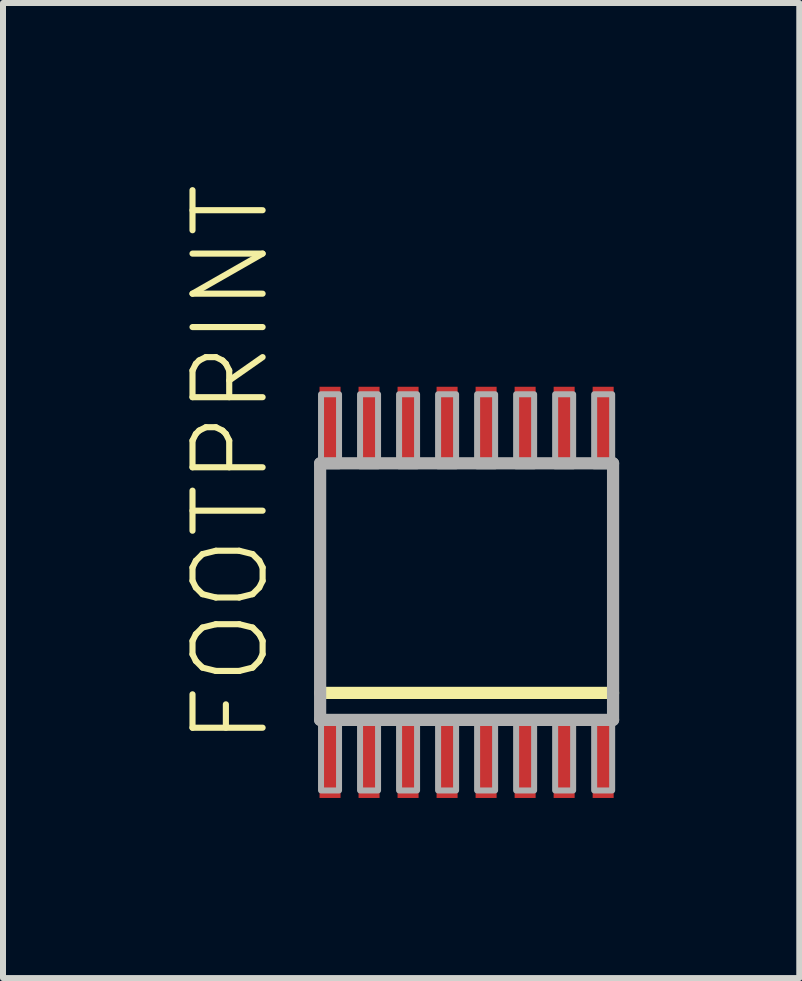
<source format=kicad_pcb>
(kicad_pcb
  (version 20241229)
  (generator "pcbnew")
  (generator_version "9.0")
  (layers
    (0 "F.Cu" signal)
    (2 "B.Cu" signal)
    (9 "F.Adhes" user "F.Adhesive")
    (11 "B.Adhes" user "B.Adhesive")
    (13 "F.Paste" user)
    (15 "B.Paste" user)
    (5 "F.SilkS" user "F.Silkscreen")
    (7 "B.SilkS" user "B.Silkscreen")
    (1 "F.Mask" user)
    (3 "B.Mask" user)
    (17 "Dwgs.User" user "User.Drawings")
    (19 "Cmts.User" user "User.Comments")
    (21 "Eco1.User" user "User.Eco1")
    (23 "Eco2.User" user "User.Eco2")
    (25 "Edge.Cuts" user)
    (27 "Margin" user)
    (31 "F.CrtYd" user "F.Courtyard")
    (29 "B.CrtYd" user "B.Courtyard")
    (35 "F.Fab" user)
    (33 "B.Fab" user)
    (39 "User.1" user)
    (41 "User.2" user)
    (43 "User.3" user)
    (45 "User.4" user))
  (footprint "FOOTPRINT"
    (layer "F.Cu")
    (at 4.723 6.818)
    (property "Reference" "FOOTPRINT" (at -3.25 2.6 90) (layer "F.SilkS") (effects (font (size 1.168 1.168) (thickness 0.102)) (justify left bottom)))
    (fp_line (start 2.44 1.675) (end -2.44 1.675) (stroke (width 0.203) (type solid)) (layer "F.SilkS"))
    (fp_line (start -2.44 -2.15) (end 2.44 -2.15) (stroke (width 0.203) (type solid)) (layer "F.Fab"))
    (fp_line (start -2.44 2.125) (end -2.44 -2.15) (stroke (width 0.203) (type solid)) (layer "F.Fab"))
    (fp_line (start 2.44 -2.15) (end 2.44 2.125) (stroke (width 0.203) (type solid)) (layer "F.Fab"))
    (fp_line (start 2.44 2.125) (end -2.44 2.125) (stroke (width 0.203) (type solid)) (layer "F.Fab"))
    (fp_poly (pts (xy -2.425 3.3) (xy -2.125 3.3) (xy -2.125 2.1) (xy -2.425 2.1)) (stroke (width 0.1) (type solid)) (fill no) (layer "F.Fab"))
    (fp_poly (pts (xy -2.125 -3.3) (xy -2.425 -3.3) (xy -2.425 -2.1) (xy -2.125 -2.1)) (stroke (width 0.1) (type solid)) (fill no) (layer "F.Fab"))
    (fp_poly (pts (xy -1.775 3.3) (xy -1.475 3.3) (xy -1.475 2.1) (xy -1.775 2.1)) (stroke (width 0.1) (type solid)) (fill no) (layer "F.Fab"))
    (fp_poly (pts (xy -1.475 -3.3) (xy -1.775 -3.3) (xy -1.775 -2.1) (xy -1.475 -2.1)) (stroke (width 0.1) (type solid)) (fill no) (layer "F.Fab"))
    (fp_poly (pts (xy -1.125 3.3) (xy -0.825 3.3) (xy -0.825 2.1) (xy -1.125 2.1)) (stroke (width 0.1) (type solid)) (fill no) (layer "F.Fab"))
    (fp_poly (pts (xy -0.825 -3.3) (xy -1.125 -3.3) (xy -1.125 -2.1) (xy -0.825 -2.1)) (stroke (width 0.1) (type solid)) (fill no) (layer "F.Fab"))
    (fp_poly (pts (xy -0.475 3.3) (xy -0.175 3.3) (xy -0.175 2.1) (xy -0.475 2.1)) (stroke (width 0.1) (type solid)) (fill no) (layer "F.Fab"))
    (fp_poly (pts (xy -0.175 -3.3) (xy -0.475 -3.3) (xy -0.475 -2.1) (xy -0.175 -2.1)) (stroke (width 0.1) (type solid)) (fill no) (layer "F.Fab"))
    (fp_poly (pts (xy 0.175 3.3) (xy 0.475 3.3) (xy 0.475 2.1) (xy 0.175 2.1)) (stroke (width 0.1) (type solid)) (fill no) (layer "F.Fab"))
    (fp_poly (pts (xy 0.475 -3.3) (xy 0.175 -3.3) (xy 0.175 -2.1) (xy 0.475 -2.1)) (stroke (width 0.1) (type solid)) (fill no) (layer "F.Fab"))
    (fp_poly (pts (xy 0.825 3.3) (xy 1.125 3.3) (xy 1.125 2.1) (xy 0.825 2.1)) (stroke (width 0.1) (type solid)) (fill no) (layer "F.Fab"))
    (fp_poly (pts (xy 1.125 -3.3) (xy 0.825 -3.3) (xy 0.825 -2.1) (xy 1.125 -2.1)) (stroke (width 0.1) (type solid)) (fill no) (layer "F.Fab"))
    (fp_poly (pts (xy 1.475 3.3) (xy 1.775 3.3) (xy 1.775 2.1) (xy 1.475 2.1)) (stroke (width 0.1) (type solid)) (fill no) (layer "F.Fab"))
    (fp_poly (pts (xy 1.775 -3.3) (xy 1.475 -3.3) (xy 1.475 -2.1) (xy 1.775 -2.1)) (stroke (width 0.1) (type solid)) (fill no) (layer "F.Fab"))
    (fp_poly (pts (xy 2.125 3.3) (xy 2.425 3.3) (xy 2.425 2.1) (xy 2.125 2.1)) (stroke (width 0.1) (type solid)) (fill no) (layer "F.Fab"))
    (fp_poly (pts (xy 2.425 -3.3) (xy 2.125 -3.3) (xy 2.125 -2.1) (xy 2.425 -2.1)) (stroke (width 0.1) (type solid)) (fill no) (layer "F.Fab"))
    (pad "1" smd rect (at -2.275 2.825) (size 0.35 1.2) (layers "F.Cu" "F.Mask" "F.Paste"))
    (pad "2" smd rect (at -1.625 2.825) (size 0.35 1.2) (layers "F.Cu" "F.Mask" "F.Paste"))
    (pad "3" smd rect (at -0.975 2.825) (size 0.35 1.2) (layers "F.Cu" "F.Mask" "F.Paste"))
    (pad "4" smd rect (at -0.325 2.825) (size 0.35 1.2) (layers "F.Cu" "F.Mask" "F.Paste"))
    (pad "5" smd rect (at 0.325 2.825) (size 0.35 1.2) (layers "F.Cu" "F.Mask" "F.Paste"))
    (pad "6" smd rect (at 0.975 2.825) (size 0.35 1.2) (layers "F.Cu" "F.Mask" "F.Paste"))
    (pad "7" smd rect (at 1.625 2.825) (size 0.35 1.2) (layers "F.Cu" "F.Mask" "F.Paste"))
    (pad "8" smd rect (at 2.275 2.825) (size 0.35 1.2) (layers "F.Cu" "F.Mask" "F.Paste"))
    (pad "9" smd rect (at 2.275 -2.825 180) (size 0.35 1.2) (layers "F.Cu" "F.Mask" "F.Paste"))
    (pad "10" smd rect (at 1.625 -2.825 180) (size 0.35 1.2) (layers "F.Cu" "F.Mask" "F.Paste"))
    (pad "11" smd rect (at 0.975 -2.825 180) (size 0.35 1.2) (layers "F.Cu" "F.Mask" "F.Paste"))
    (pad "12" smd rect (at 0.325 -2.825 180) (size 0.35 1.2) (layers "F.Cu" "F.Mask" "F.Paste"))
    (pad "13" smd rect (at -0.325 -2.825 180) (size 0.35 1.2) (layers "F.Cu" "F.Mask" "F.Paste"))
    (pad "14" smd rect (at -0.975 -2.825 180) (size 0.35 1.2) (layers "F.Cu" "F.Mask" "F.Paste"))
    (pad "15" smd rect (at -1.625 -2.825 180) (size 0.35 1.2) (layers "F.Cu" "F.Mask" "F.Paste"))
    (pad "16" smd rect (at -2.275 -2.825 180) (size 0.35 1.2) (layers "F.Cu" "F.Mask" "F.Paste")))
  (gr_rect
    (start -3 -3)
    (end 10.265 13.243)
    (stroke (width 0.1) (type default))
    (fill no)
    (layer "Edge.Cuts")))
</source>
